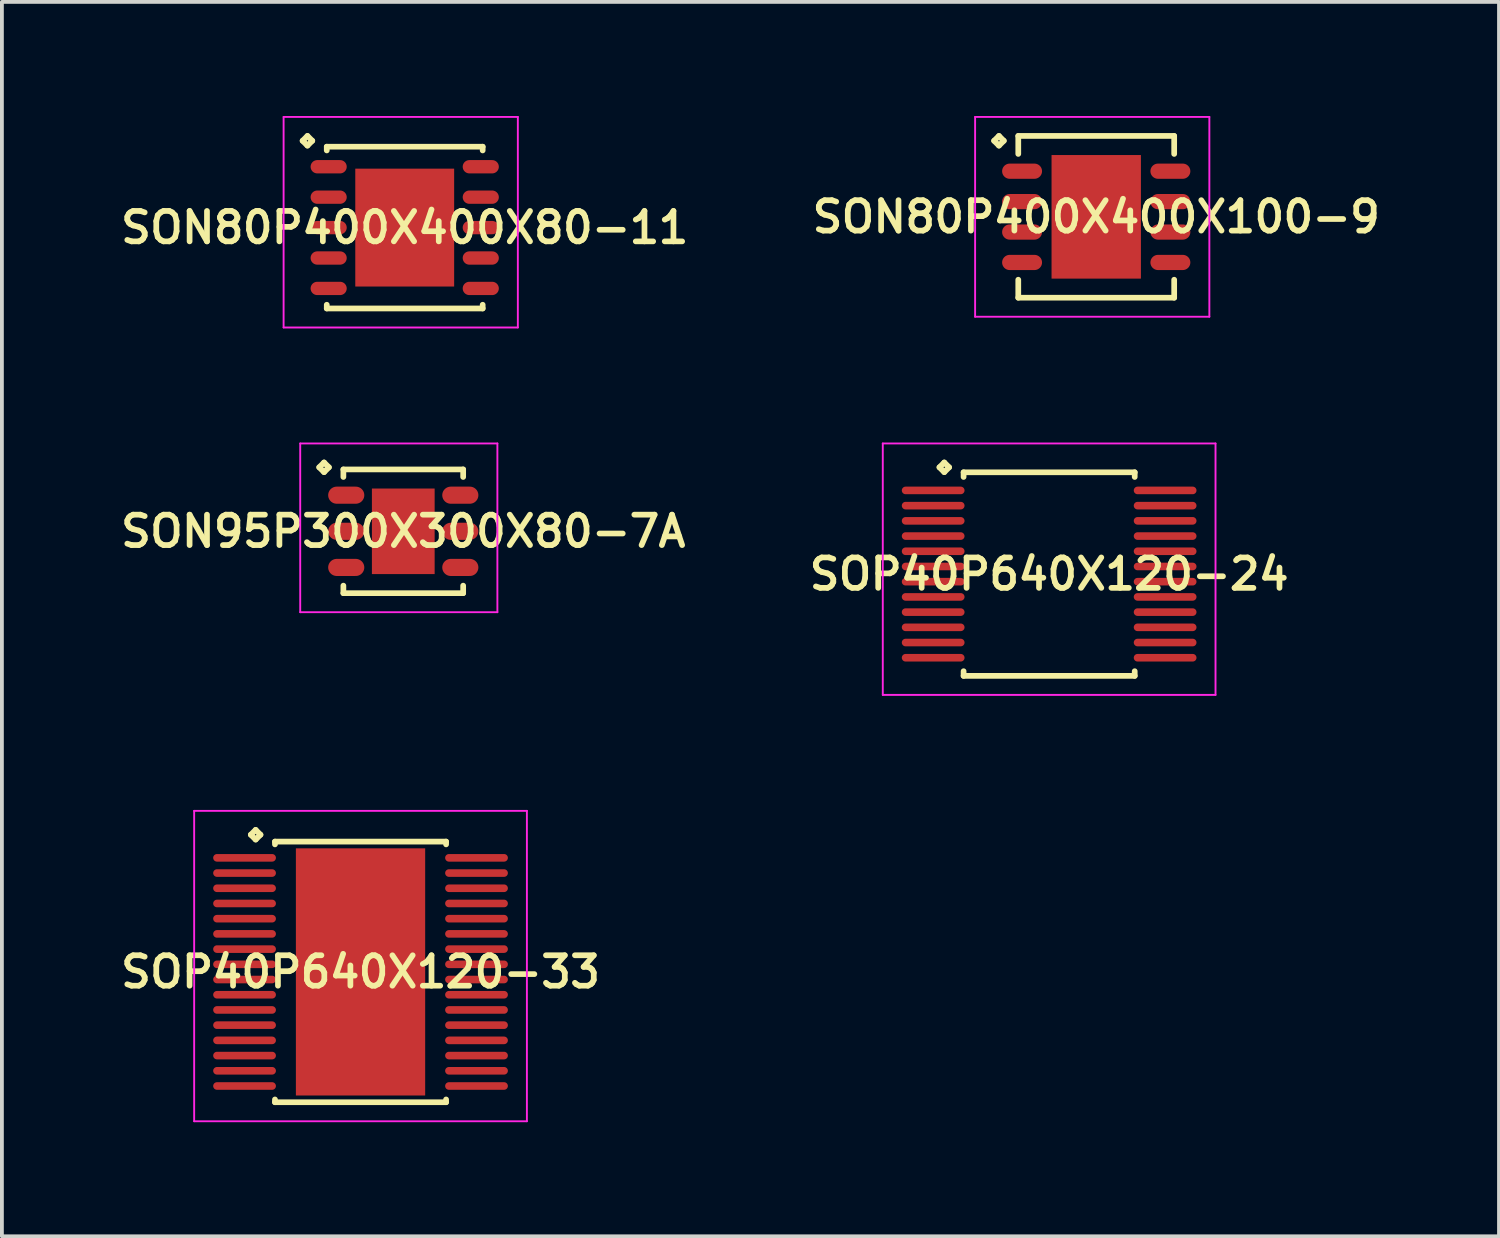
<source format=kicad_pcb>
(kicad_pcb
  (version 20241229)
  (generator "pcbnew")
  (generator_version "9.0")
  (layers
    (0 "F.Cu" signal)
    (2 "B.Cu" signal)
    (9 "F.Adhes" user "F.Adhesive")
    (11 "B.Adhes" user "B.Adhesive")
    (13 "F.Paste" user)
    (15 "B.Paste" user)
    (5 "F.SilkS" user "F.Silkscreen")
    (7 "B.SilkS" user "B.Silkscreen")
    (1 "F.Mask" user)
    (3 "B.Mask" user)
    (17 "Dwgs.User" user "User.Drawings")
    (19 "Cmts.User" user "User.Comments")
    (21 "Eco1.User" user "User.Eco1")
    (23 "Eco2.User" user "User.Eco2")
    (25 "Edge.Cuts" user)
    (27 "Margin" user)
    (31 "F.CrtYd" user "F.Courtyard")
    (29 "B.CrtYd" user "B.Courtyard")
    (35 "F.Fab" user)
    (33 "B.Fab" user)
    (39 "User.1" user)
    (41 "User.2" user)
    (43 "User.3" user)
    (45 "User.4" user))
  (footprint "SON80P400X400X80-11"
    (layer "F.Cu")
    (at 7.593 2.935)
    (property "Reference" "SON80P400X400X80-11" (at 0 0 0) (layer "F.SilkS") (effects (font (size 0.8 0.8) (thickness 0.15))))
    (attr smd)
    (fp_line (start -2.685 -2.283) (end -2.558 -2.41) (stroke (width 0.15) (type solid)) (layer "F.SilkS"))
    (fp_line (start -2.558 -2.41) (end -2.431 -2.283) (stroke (width 0.15) (type solid)) (layer "F.SilkS"))
    (fp_line (start -2.558 -2.156) (end -2.685 -2.283) (stroke (width 0.15) (type solid)) (layer "F.SilkS"))
    (fp_line (start -2.431 -2.283) (end -2.558 -2.156) (stroke (width 0.15) (type solid)) (layer "F.SilkS"))
    (fp_line (start -2.05 -2.127) (end 2.05 -2.127) (stroke (width 0.15) (type solid)) (layer "F.SilkS"))
    (fp_line (start -2.05 -2.029) (end -2.05 -2.127) (stroke (width 0.15) (type solid)) (layer "F.SilkS"))
    (fp_line (start -2.05 2.029) (end -2.05 2.127) (stroke (width 0.15) (type solid)) (layer "F.SilkS"))
    (fp_line (start -2.05 2.127) (end 2.05 2.127) (stroke (width 0.15) (type solid)) (layer "F.SilkS"))
    (fp_line (start 2.05 -2.127) (end 2.05 -2.029) (stroke (width 0.15) (type solid)) (layer "F.SilkS"))
    (fp_line (start 2.05 2.127) (end 2.05 2.029) (stroke (width 0.15) (type solid)) (layer "F.SilkS"))
    (fp_line (start -3.185 -2.91) (end 2.975 -2.91) (stroke (width 0.05) (type solid)) (layer "F.CrtYd"))
    (fp_line (start -3.185 2.627) (end -3.185 -2.91) (stroke (width 0.05) (type solid)) (layer "F.CrtYd"))
    (fp_line (start 2.975 -2.91) (end 2.975 2.627) (stroke (width 0.05) (type solid)) (layer "F.CrtYd"))
    (fp_line (start 2.975 2.627) (end -3.185 2.627) (stroke (width 0.05) (type solid)) (layer "F.CrtYd"))
    (pad "1" smd oval (at -2 -1.6) (size 0.95 0.35) (layers "F.Cu" "F.Mask" "F.Paste"))
    (pad "2" smd oval (at -2 -0.8) (size 0.95 0.35) (layers "F.Cu" "F.Mask" "F.Paste"))
    (pad "3" smd oval (at -2 0) (size 0.95 0.35) (layers "F.Cu" "F.Mask" "F.Paste"))
    (pad "4" smd oval (at -2 0.8) (size 0.95 0.35) (layers "F.Cu" "F.Mask" "F.Paste"))
    (pad "5" smd oval (at -2 1.6) (size 0.95 0.35) (layers "F.Cu" "F.Mask" "F.Paste"))
    (pad "6" smd oval (at 2 1.6) (size 0.95 0.35) (layers "F.Cu" "F.Mask" "F.Paste"))
    (pad "7" smd oval (at 2 0.8) (size 0.95 0.35) (layers "F.Cu" "F.Mask" "F.Paste"))
    (pad "8" smd oval (at 2 0) (size 0.95 0.35) (layers "F.Cu" "F.Mask" "F.Paste"))
    (pad "9" smd oval (at 2 -0.8) (size 0.95 0.35) (layers "F.Cu" "F.Mask" "F.Paste"))
    (pad "10" smd oval (at 2 -1.6) (size 0.95 0.35) (layers "F.Cu" "F.Mask" "F.Paste"))
    (pad "11" smd rect (at 0 0) (size 2.6 3.1) (layers "F.Cu" "F.Mask" "F.Paste")))
  (footprint "SON95P300X300X80-7A"
    (layer "F.Cu")
    (at 7.555 10.922)
    (property "Reference" "SON95P300X300X80-7A" (at 0 0 0) (layer "F.SilkS") (effects (font (size 0.8 0.8) (thickness 0.15))))
    (attr smd)
    (fp_line (start -2.21 -1.683) (end -2.083 -1.81) (stroke (width 0.15) (type solid)) (layer "F.SilkS"))
    (fp_line (start -2.083 -1.81) (end -1.956 -1.683) (stroke (width 0.15) (type solid)) (layer "F.SilkS"))
    (fp_line (start -2.083 -1.556) (end -2.21 -1.683) (stroke (width 0.15) (type solid)) (layer "F.SilkS"))
    (fp_line (start -1.956 -1.683) (end -2.083 -1.556) (stroke (width 0.15) (type solid)) (layer "F.SilkS"))
    (fp_line (start -1.575 -1.627) (end 1.575 -1.627) (stroke (width 0.15) (type solid)) (layer "F.SilkS"))
    (fp_line (start -1.575 -1.429) (end -1.575 -1.627) (stroke (width 0.15) (type solid)) (layer "F.SilkS"))
    (fp_line (start -1.575 1.429) (end -1.575 1.627) (stroke (width 0.15) (type solid)) (layer "F.SilkS"))
    (fp_line (start -1.575 1.627) (end 1.575 1.627) (stroke (width 0.15) (type solid)) (layer "F.SilkS"))
    (fp_line (start 1.575 -1.627) (end 1.575 -1.429) (stroke (width 0.15) (type solid)) (layer "F.SilkS"))
    (fp_line (start 1.575 1.627) (end 1.575 1.429) (stroke (width 0.15) (type solid)) (layer "F.SilkS"))
    (fp_line (start -2.71 -2.31) (end 2.475 -2.31) (stroke (width 0.05) (type solid)) (layer "F.CrtYd"))
    (fp_line (start -2.71 2.127) (end -2.71 -2.31) (stroke (width 0.05) (type solid)) (layer "F.CrtYd"))
    (fp_line (start 2.475 -2.31) (end 2.475 2.127) (stroke (width 0.05) (type solid)) (layer "F.CrtYd"))
    (fp_line (start 2.475 2.127) (end -2.71 2.127) (stroke (width 0.05) (type solid)) (layer "F.CrtYd"))
    (pad "1" smd oval (at -1.5 -0.95) (size 0.95 0.45) (layers "F.Cu" "F.Mask" "F.Paste"))
    (pad "2" smd oval (at -1.5 0) (size 0.95 0.45) (layers "F.Cu" "F.Mask" "F.Paste"))
    (pad "3" smd oval (at -1.5 0.95) (size 0.95 0.45) (layers "F.Cu" "F.Mask" "F.Paste"))
    (pad "4" smd oval (at 1.5 0.95) (size 0.95 0.45) (layers "F.Cu" "F.Mask" "F.Paste"))
    (pad "5" smd oval (at 1.5 0) (size 0.95 0.45) (layers "F.Cu" "F.Mask" "F.Paste"))
    (pad "6" smd oval (at 1.5 -0.95) (size 0.95 0.45) (layers "F.Cu" "F.Mask" "F.Paste"))
    (pad "7" smd rect (at 0 0) (size 1.65 2.25) (layers "F.Cu" "F.Mask" "F.Paste")))
  (footprint "SOP40P640X120-33"
    (layer "F.Cu")
    (at 6.431 22.509)
    (property "Reference" "SOP40P640X120-33" (at 0 0 0) (layer "F.SilkS") (effects (font (size 0.8 0.8) (thickness 0.15))))
    (attr smd)
    (fp_line (start -2.885 -3.608) (end -2.758 -3.735) (stroke (width 0.15) (type solid)) (layer "F.SilkS"))
    (fp_line (start -2.758 -3.735) (end -2.631 -3.608) (stroke (width 0.15) (type solid)) (layer "F.SilkS"))
    (fp_line (start -2.758 -3.481) (end -2.885 -3.608) (stroke (width 0.15) (type solid)) (layer "F.SilkS"))
    (fp_line (start -2.631 -3.608) (end -2.758 -3.481) (stroke (width 0.15) (type solid)) (layer "F.SilkS"))
    (fp_line (start -2.25 -3.427) (end 2.25 -3.427) (stroke (width 0.15) (type solid)) (layer "F.SilkS"))
    (fp_line (start -2.25 -3.354) (end -2.25 -3.427) (stroke (width 0.15) (type solid)) (layer "F.SilkS"))
    (fp_line (start -2.25 3.354) (end -2.25 3.427) (stroke (width 0.15) (type solid)) (layer "F.SilkS"))
    (fp_line (start -2.25 3.427) (end 2.25 3.427) (stroke (width 0.15) (type solid)) (layer "F.SilkS"))
    (fp_line (start 2.25 -3.427) (end 2.25 -3.354) (stroke (width 0.15) (type solid)) (layer "F.SilkS"))
    (fp_line (start 2.25 3.427) (end 2.25 3.354) (stroke (width 0.15) (type solid)) (layer "F.SilkS"))
    (fp_line (start -4.375 -4.235) (end 4.375 -4.235) (stroke (width 0.05) (type solid)) (layer "F.CrtYd"))
    (fp_line (start -4.375 3.927) (end -4.375 -4.235) (stroke (width 0.05) (type solid)) (layer "F.CrtYd"))
    (fp_line (start 4.375 -4.235) (end 4.375 3.927) (stroke (width 0.05) (type solid)) (layer "F.CrtYd"))
    (fp_line (start 4.375 3.927) (end -4.375 3.927) (stroke (width 0.05) (type solid)) (layer "F.CrtYd"))
    (pad "1" smd oval (at -3.05 -3) (size 1.65 0.2) (layers "F.Cu" "F.Mask" "F.Paste"))
    (pad "2" smd oval (at -3.05 -2.6) (size 1.65 0.2) (layers "F.Cu" "F.Mask" "F.Paste"))
    (pad "3" smd oval (at -3.05 -2.2) (size 1.65 0.2) (layers "F.Cu" "F.Mask" "F.Paste"))
    (pad "4" smd oval (at -3.05 -1.8) (size 1.65 0.2) (layers "F.Cu" "F.Mask" "F.Paste"))
    (pad "5" smd oval (at -3.05 -1.4) (size 1.65 0.2) (layers "F.Cu" "F.Mask" "F.Paste"))
    (pad "6" smd oval (at -3.05 -1) (size 1.65 0.2) (layers "F.Cu" "F.Mask" "F.Paste"))
    (pad "7" smd oval (at -3.05 -0.6) (size 1.65 0.2) (layers "F.Cu" "F.Mask" "F.Paste"))
    (pad "8" smd oval (at -3.05 -0.2) (size 1.65 0.2) (layers "F.Cu" "F.Mask" "F.Paste"))
    (pad "9" smd oval (at -3.05 0.2) (size 1.65 0.2) (layers "F.Cu" "F.Mask" "F.Paste"))
    (pad "10" smd oval (at -3.05 0.6) (size 1.65 0.2) (layers "F.Cu" "F.Mask" "F.Paste"))
    (pad "11" smd oval (at -3.05 1) (size 1.65 0.2) (layers "F.Cu" "F.Mask" "F.Paste"))
    (pad "12" smd oval (at -3.05 1.4) (size 1.65 0.2) (layers "F.Cu" "F.Mask" "F.Paste"))
    (pad "13" smd oval (at -3.05 1.8) (size 1.65 0.2) (layers "F.Cu" "F.Mask" "F.Paste"))
    (pad "14" smd oval (at -3.05 2.2) (size 1.65 0.2) (layers "F.Cu" "F.Mask" "F.Paste"))
    (pad "15" smd oval (at -3.05 2.6) (size 1.65 0.2) (layers "F.Cu" "F.Mask" "F.Paste"))
    (pad "16" smd oval (at -3.05 3) (size 1.65 0.2) (layers "F.Cu" "F.Mask" "F.Paste"))
    (pad "17" smd oval (at 3.05 3) (size 1.65 0.2) (layers "F.Cu" "F.Mask" "F.Paste"))
    (pad "18" smd oval (at 3.05 2.6) (size 1.65 0.2) (layers "F.Cu" "F.Mask" "F.Paste"))
    (pad "19" smd oval (at 3.05 2.2) (size 1.65 0.2) (layers "F.Cu" "F.Mask" "F.Paste"))
    (pad "20" smd oval (at 3.05 1.8) (size 1.65 0.2) (layers "F.Cu" "F.Mask" "F.Paste"))
    (pad "21" smd oval (at 3.05 1.4) (size 1.65 0.2) (layers "F.Cu" "F.Mask" "F.Paste"))
    (pad "22" smd oval (at 3.05 1) (size 1.65 0.2) (layers "F.Cu" "F.Mask" "F.Paste"))
    (pad "23" smd oval (at 3.05 0.6) (size 1.65 0.2) (layers "F.Cu" "F.Mask" "F.Paste"))
    (pad "24" smd oval (at 3.05 0.2) (size 1.65 0.2) (layers "F.Cu" "F.Mask" "F.Paste"))
    (pad "25" smd oval (at 3.05 -0.2) (size 1.65 0.2) (layers "F.Cu" "F.Mask" "F.Paste"))
    (pad "26" smd oval (at 3.05 -0.6) (size 1.65 0.2) (layers "F.Cu" "F.Mask" "F.Paste"))
    (pad "27" smd oval (at 3.05 -1) (size 1.65 0.2) (layers "F.Cu" "F.Mask" "F.Paste"))
    (pad "28" smd oval (at 3.05 -1.4) (size 1.65 0.2) (layers "F.Cu" "F.Mask" "F.Paste"))
    (pad "29" smd oval (at 3.05 -1.8) (size 1.65 0.2) (layers "F.Cu" "F.Mask" "F.Paste"))
    (pad "30" smd oval (at 3.05 -2.2) (size 1.65 0.2) (layers "F.Cu" "F.Mask" "F.Paste"))
    (pad "31" smd oval (at 3.05 -2.6) (size 1.65 0.2) (layers "F.Cu" "F.Mask" "F.Paste"))
    (pad "32" smd oval (at 3.05 -3) (size 1.65 0.2) (layers "F.Cu" "F.Mask" "F.Paste"))
    (pad "33" smd rect (at 0 0) (size 3.4 6.5) (layers "F.Cu" "F.Mask" "F.Paste")))
  (footprint "SOP40P640X120-24"
    (layer "F.Cu")
    (at 24.54 12.047)
    (property "Reference" "SOP40P640X120-24" (at 0 0 0) (layer "F.SilkS") (effects (font (size 0.8 0.8) (thickness 0.15))))
    (attr smd)
    (fp_line (start -2.885 -2.808) (end -2.758 -2.935) (stroke (width 0.15) (type solid)) (layer "F.SilkS"))
    (fp_line (start -2.758 -2.935) (end -2.631 -2.808) (stroke (width 0.15) (type solid)) (layer "F.SilkS"))
    (fp_line (start -2.758 -2.681) (end -2.885 -2.808) (stroke (width 0.15) (type solid)) (layer "F.SilkS"))
    (fp_line (start -2.631 -2.808) (end -2.758 -2.681) (stroke (width 0.15) (type solid)) (layer "F.SilkS"))
    (fp_line (start -2.25 -2.677) (end 2.25 -2.677) (stroke (width 0.15) (type solid)) (layer "F.SilkS"))
    (fp_line (start -2.25 -2.554) (end -2.25 -2.677) (stroke (width 0.15) (type solid)) (layer "F.SilkS"))
    (fp_line (start -2.25 2.554) (end -2.25 2.677) (stroke (width 0.15) (type solid)) (layer "F.SilkS"))
    (fp_line (start -2.25 2.677) (end 2.25 2.677) (stroke (width 0.15) (type solid)) (layer "F.SilkS"))
    (fp_line (start 2.25 -2.677) (end 2.25 -2.554) (stroke (width 0.15) (type solid)) (layer "F.SilkS"))
    (fp_line (start 2.25 2.677) (end 2.25 2.554) (stroke (width 0.15) (type solid)) (layer "F.SilkS"))
    (fp_line (start -4.375 -3.435) (end 4.375 -3.435) (stroke (width 0.05) (type solid)) (layer "F.CrtYd"))
    (fp_line (start -4.375 3.177) (end -4.375 -3.435) (stroke (width 0.05) (type solid)) (layer "F.CrtYd"))
    (fp_line (start 4.375 -3.435) (end 4.375 3.177) (stroke (width 0.05) (type solid)) (layer "F.CrtYd"))
    (fp_line (start 4.375 3.177) (end -4.375 3.177) (stroke (width 0.05) (type solid)) (layer "F.CrtYd"))
    (pad "1" smd oval (at -3.05 -2.2) (size 1.65 0.2) (layers "F.Cu" "F.Mask" "F.Paste"))
    (pad "2" smd oval (at -3.05 -1.8) (size 1.65 0.2) (layers "F.Cu" "F.Mask" "F.Paste"))
    (pad "3" smd oval (at -3.05 -1.4) (size 1.65 0.2) (layers "F.Cu" "F.Mask" "F.Paste"))
    (pad "4" smd oval (at -3.05 -1) (size 1.65 0.2) (layers "F.Cu" "F.Mask" "F.Paste"))
    (pad "5" smd oval (at -3.05 -0.6) (size 1.65 0.2) (layers "F.Cu" "F.Mask" "F.Paste"))
    (pad "6" smd oval (at -3.05 -0.2) (size 1.65 0.2) (layers "F.Cu" "F.Mask" "F.Paste"))
    (pad "7" smd oval (at -3.05 0.2) (size 1.65 0.2) (layers "F.Cu" "F.Mask" "F.Paste"))
    (pad "8" smd oval (at -3.05 0.6) (size 1.65 0.2) (layers "F.Cu" "F.Mask" "F.Paste"))
    (pad "9" smd oval (at -3.05 1) (size 1.65 0.2) (layers "F.Cu" "F.Mask" "F.Paste"))
    (pad "10" smd oval (at -3.05 1.4) (size 1.65 0.2) (layers "F.Cu" "F.Mask" "F.Paste"))
    (pad "11" smd oval (at -3.05 1.8) (size 1.65 0.2) (layers "F.Cu" "F.Mask" "F.Paste"))
    (pad "12" smd oval (at -3.05 2.2) (size 1.65 0.2) (layers "F.Cu" "F.Mask" "F.Paste"))
    (pad "13" smd oval (at 3.05 2.2) (size 1.65 0.2) (layers "F.Cu" "F.Mask" "F.Paste"))
    (pad "14" smd oval (at 3.05 1.8) (size 1.65 0.2) (layers "F.Cu" "F.Mask" "F.Paste"))
    (pad "15" smd oval (at 3.05 1.4) (size 1.65 0.2) (layers "F.Cu" "F.Mask" "F.Paste"))
    (pad "16" smd oval (at 3.05 1) (size 1.65 0.2) (layers "F.Cu" "F.Mask" "F.Paste"))
    (pad "17" smd oval (at 3.05 0.6) (size 1.65 0.2) (layers "F.Cu" "F.Mask" "F.Paste"))
    (pad "18" smd oval (at 3.05 0.2) (size 1.65 0.2) (layers "F.Cu" "F.Mask" "F.Paste"))
    (pad "19" smd oval (at 3.05 -0.2) (size 1.65 0.2) (layers "F.Cu" "F.Mask" "F.Paste"))
    (pad "20" smd oval (at 3.05 -0.6) (size 1.65 0.2) (layers "F.Cu" "F.Mask" "F.Paste"))
    (pad "21" smd oval (at 3.05 -1) (size 1.65 0.2) (layers "F.Cu" "F.Mask" "F.Paste"))
    (pad "22" smd oval (at 3.05 -1.4) (size 1.65 0.2) (layers "F.Cu" "F.Mask" "F.Paste"))
    (pad "23" smd oval (at 3.05 -1.8) (size 1.65 0.2) (layers "F.Cu" "F.Mask" "F.Paste"))
    (pad "24" smd oval (at 3.05 -2.2) (size 1.65 0.2) (layers "F.Cu" "F.Mask" "F.Paste")))
  (footprint "SON80P400X400X100-9"
    (layer "F.Cu")
    (at 25.778 2.652)
    (property "Reference" "SON80P400X400X100-9" (at 0 0 0) (layer "F.SilkS") (effects (font (size 0.8 0.8) (thickness 0.15))))
    (attr smd)
    (fp_line (start -2.685 -2) (end -2.558 -2.127) (stroke (width 0.15) (type solid)) (layer "F.SilkS"))
    (fp_line (start -2.558 -2.127) (end -2.431 -2) (stroke (width 0.15) (type solid)) (layer "F.SilkS"))
    (fp_line (start -2.558 -1.873) (end -2.685 -2) (stroke (width 0.15) (type solid)) (layer "F.SilkS"))
    (fp_line (start -2.431 -2) (end -2.558 -1.873) (stroke (width 0.15) (type solid)) (layer "F.SilkS"))
    (fp_line (start -2.05 -2.127) (end 2.05 -2.127) (stroke (width 0.15) (type solid)) (layer "F.SilkS"))
    (fp_line (start -2.05 -1.654) (end -2.05 -2.127) (stroke (width 0.15) (type solid)) (layer "F.SilkS"))
    (fp_line (start -2.05 1.654) (end -2.05 2.127) (stroke (width 0.15) (type solid)) (layer "F.SilkS"))
    (fp_line (start -2.05 2.127) (end 2.05 2.127) (stroke (width 0.15) (type solid)) (layer "F.SilkS"))
    (fp_line (start 2.05 -2.127) (end 2.05 -1.654) (stroke (width 0.15) (type solid)) (layer "F.SilkS"))
    (fp_line (start 2.05 2.127) (end 2.05 1.654) (stroke (width 0.15) (type solid)) (layer "F.SilkS"))
    (fp_line (start -3.185 -2.627) (end 2.975 -2.627) (stroke (width 0.05) (type solid)) (layer "F.CrtYd"))
    (fp_line (start -3.185 2.627) (end -3.185 -2.627) (stroke (width 0.05) (type solid)) (layer "F.CrtYd"))
    (fp_line (start 2.975 -2.627) (end 2.975 2.627) (stroke (width 0.05) (type solid)) (layer "F.CrtYd"))
    (fp_line (start 2.975 2.627) (end -3.185 2.627) (stroke (width 0.05) (type solid)) (layer "F.CrtYd"))
    (pad "1" smd oval (at -1.95 -1.2) (size 1.05 0.4) (layers "F.Cu" "F.Mask" "F.Paste"))
    (pad "2" smd oval (at -1.95 -0.4) (size 1.05 0.4) (layers "F.Cu" "F.Mask" "F.Paste"))
    (pad "3" smd oval (at -1.95 0.4) (size 1.05 0.4) (layers "F.Cu" "F.Mask" "F.Paste"))
    (pad "4" smd oval (at -1.95 1.2) (size 1.05 0.4) (layers "F.Cu" "F.Mask" "F.Paste"))
    (pad "5" smd oval (at 1.95 1.2) (size 1.05 0.4) (layers "F.Cu" "F.Mask" "F.Paste"))
    (pad "6" smd oval (at 1.95 0.4) (size 1.05 0.4) (layers "F.Cu" "F.Mask" "F.Paste"))
    (pad "7" smd oval (at 1.95 -0.4) (size 1.05 0.4) (layers "F.Cu" "F.Mask" "F.Paste"))
    (pad "8" smd oval (at 1.95 -1.2) (size 1.05 0.4) (layers "F.Cu" "F.Mask" "F.Paste"))
    (pad "9" smd rect (at 0 0) (size 2.35 3.25) (layers "F.Cu" "F.Mask" "F.Paste")))
  (gr_rect
    (start -3 -3)
    (end 36.37 29.461)
    (stroke (width 0.1) (type default))
    (fill no)
    (layer "Edge.Cuts")))
</source>
